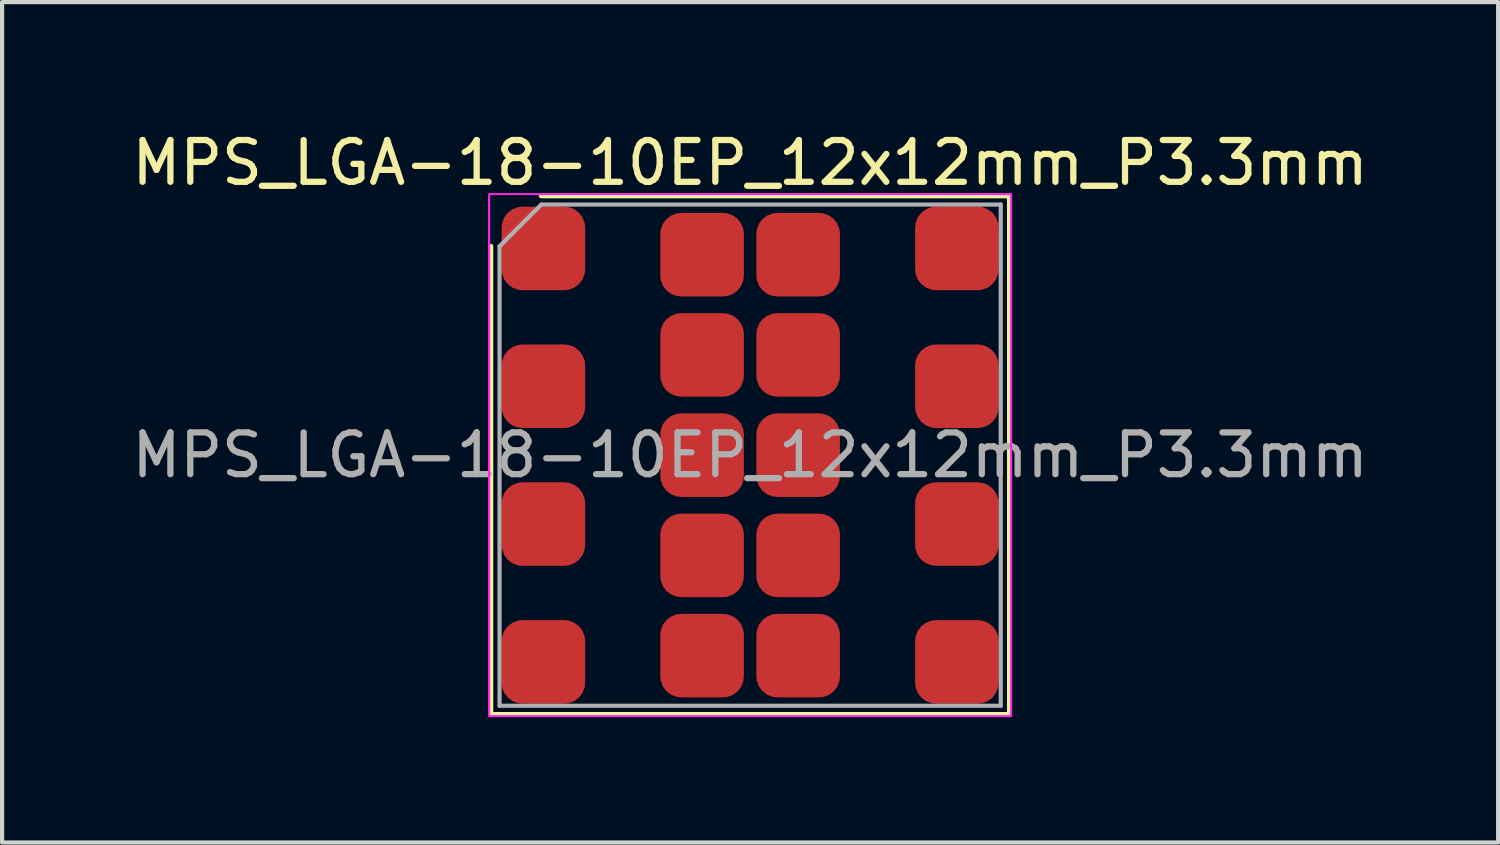
<source format=kicad_pcb>
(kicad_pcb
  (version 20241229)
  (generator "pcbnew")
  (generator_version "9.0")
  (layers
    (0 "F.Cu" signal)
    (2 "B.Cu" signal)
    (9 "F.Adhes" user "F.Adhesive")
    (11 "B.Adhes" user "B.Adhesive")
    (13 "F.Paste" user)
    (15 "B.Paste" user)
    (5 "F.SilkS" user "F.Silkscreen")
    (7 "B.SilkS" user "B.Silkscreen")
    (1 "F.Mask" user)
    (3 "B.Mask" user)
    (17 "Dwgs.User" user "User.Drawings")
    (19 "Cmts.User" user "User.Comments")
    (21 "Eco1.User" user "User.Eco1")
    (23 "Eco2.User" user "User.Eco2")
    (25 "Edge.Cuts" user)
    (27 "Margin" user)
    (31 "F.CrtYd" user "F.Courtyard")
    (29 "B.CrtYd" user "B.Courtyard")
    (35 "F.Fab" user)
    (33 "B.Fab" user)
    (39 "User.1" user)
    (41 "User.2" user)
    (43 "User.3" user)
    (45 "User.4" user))
  (footprint "MPS_LGA-18-10EP_12x12mm_P3.3mm"
    (layer "F.Cu")
    (at 14.911 7.848)
    (property "Reference" "MPS_LGA-18-10EP_12x12mm_P3.3mm" (at 0 -7 0) (unlocked yes) (layer "F.SilkS") (effects (font (size 1 1) (thickness 0.15))))
    (attr smd)
    (fp_line (start -6.21 -5) (end -6.21 6.21) (stroke (width 0.12) (type default)) (layer "F.SilkS"))
    (fp_line (start -6.21 6.21) (end 6.21 6.21) (stroke (width 0.12) (type default)) (layer "F.SilkS"))
    (fp_line (start 6.21 -6.21) (end -5 -6.21) (stroke (width 0.12) (type default)) (layer "F.SilkS"))
    (fp_line (start 6.21 6.21) (end 6.21 -6.21) (stroke (width 0.12) (type default)) (layer "F.SilkS"))
    (fp_rect (start -6.25 -6.25) (end 6.25 6.25) (stroke (width 0.05) (type default)) (fill no) (layer "F.CrtYd"))
    (fp_line (start -6 -5) (end -5 -6) (stroke (width 0.1) (type default)) (layer "F.Fab"))
    (fp_line (start -6 6) (end -6 -5) (stroke (width 0.1) (type default)) (layer "F.Fab"))
    (fp_line (start -5 -6) (end 6 -6) (stroke (width 0.1) (type default)) (layer "F.Fab"))
    (fp_line (start 6 -6) (end 6 6) (stroke (width 0.1) (type default)) (layer "F.Fab"))
    (fp_line (start 6 6) (end -6 6) (stroke (width 0.1) (type default)) (layer "F.Fab"))
    (fp_text user "${REFERENCE}" (at 0 0 0) (unlocked yes) (layer "F.Fab") (effects (font (size 1 1) (thickness 0.15))))
    (pad "1" smd roundrect (at -4.95 -4.95) (size 2 2) (layers "F.Cu" "F.Mask" "F.Paste") (roundrect_rratio 0.25))
    (pad "2" smd roundrect (at -4.95 -1.65) (size 2 2) (layers "F.Cu" "F.Mask" "F.Paste") (roundrect_rratio 0.25))
    (pad "3" smd roundrect (at -4.95 1.65) (size 2 2) (layers "F.Cu" "F.Mask" "F.Paste") (roundrect_rratio 0.25))
    (pad "4" smd roundrect (at -4.95 4.95) (size 2 2) (layers "F.Cu" "F.Mask" "F.Paste") (roundrect_rratio 0.25))
    (pad "5" smd roundrect (at 4.95 4.95) (size 2 2) (layers "F.Cu" "F.Mask" "F.Paste") (roundrect_rratio 0.25))
    (pad "6" smd roundrect (at 4.95 1.65) (size 2 2) (layers "F.Cu" "F.Mask" "F.Paste") (roundrect_rratio 0.25))
    (pad "7" smd roundrect (at 4.95 -1.65) (size 2 2) (layers "F.Cu" "F.Mask" "F.Paste") (roundrect_rratio 0.25))
    (pad "8" smd roundrect (at 4.95 -4.95) (size 2 2) (layers "F.Cu" "F.Mask" "F.Paste") (roundrect_rratio 0.25))
    (pad "9" smd roundrect (at 1.15 -4.8) (size 2 2) (layers "F.Cu" "F.Mask" "F.Paste") (roundrect_rratio 0.25))
    (pad "10" smd roundrect (at 1.15 -2.4) (size 2 2) (layers "F.Cu" "F.Mask" "F.Paste") (roundrect_rratio 0.25))
    (pad "11" smd roundrect (at 1.15 0) (size 2 2) (layers "F.Cu" "F.Mask" "F.Paste") (roundrect_rratio 0.25))
    (pad "12" smd roundrect (at 1.15 2.4) (size 2 2) (layers "F.Cu" "F.Mask" "F.Paste") (roundrect_rratio 0.25))
    (pad "13" smd roundrect (at 1.15 4.8) (size 2 2) (layers "F.Cu" "F.Mask" "F.Paste") (roundrect_rratio 0.25))
    (pad "14" smd roundrect (at -1.15 4.8) (size 2 2) (layers "F.Cu" "F.Mask" "F.Paste") (roundrect_rratio 0.25))
    (pad "15" smd roundrect (at -1.15 2.4) (size 2 2) (layers "F.Cu" "F.Mask" "F.Paste") (roundrect_rratio 0.25))
    (pad "16" smd roundrect (at -1.15 0) (size 2 2) (layers "F.Cu" "F.Mask" "F.Paste") (roundrect_rratio 0.25))
    (pad "17" smd roundrect (at -1.15 -2.4) (size 2 2) (layers "F.Cu" "F.Mask" "F.Paste") (roundrect_rratio 0.25))
    (pad "18" smd roundrect (at -1.15 -4.8) (size 2 2) (layers "F.Cu" "F.Mask" "F.Paste") (roundrect_rratio 0.25)))
  (gr_rect
    (start -3 -3)
    (end 32.821 17.123)
    (stroke (width 0.1) (type default))
    (fill no)
    (layer "Edge.Cuts")))
</source>
